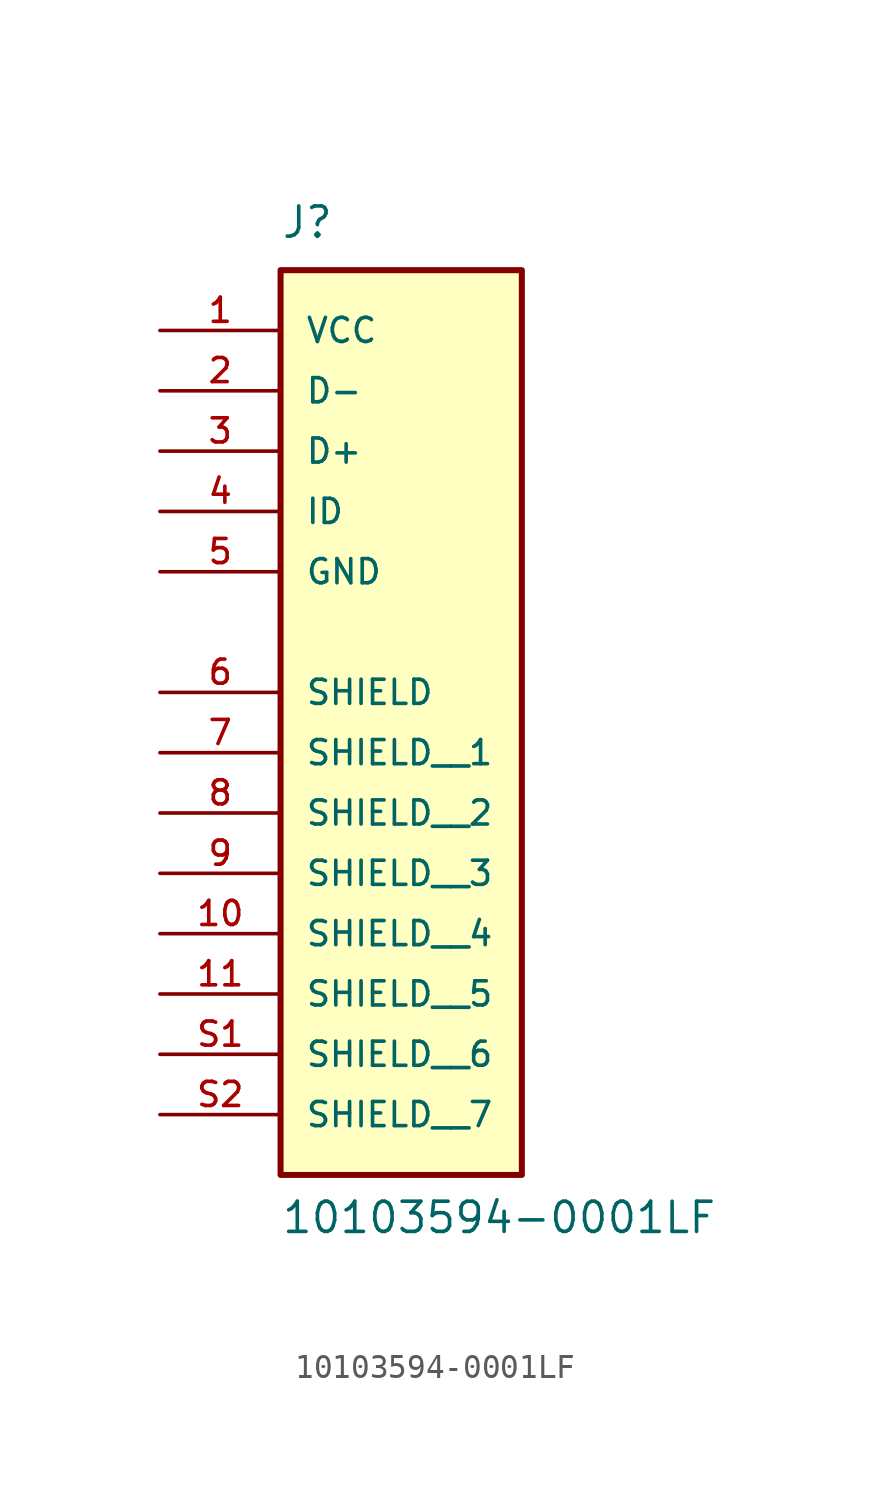
<source format=kicad_sym>
(kicad_symbol_lib
  (version 20211014)
  (generator kicad_symbol_editor)
  (symbol "10103594-0001LF"
    (pin_names
      (offset 1.016))
    (property "Reference" "J"
      (at -5.08 11.43 0)
      (effects (font (size 1.27 1.27)) (justify bottom left)))
    (property "Value" "10103594-0001LF"
      (at -5.08 -30.48 0)
      (effects (font (size 1.27 1.27)) (justify bottom left)))
    (symbol "10103594-0001LF_0_0"
      (rectangle (start -5.08 -27.94) (end 5.08 10.16) (stroke (width 0.254)) (fill (type background)))
      (pin bidirectional line (at -10.16 5.08 0) (length 5.08) (name "D-" (effects (font (size 1.016 1.016)))) (number "2" (effects (font (size 1.016 1.016)))))
      (pin bidirectional line (at -10.16 2.54 0) (length 5.08) (name "D+" (effects (font (size 1.016 1.016)))) (number "3" (effects (font (size 1.016 1.016)))))
      (pin bidirectional line (at -10.16 0.0 0) (length 5.08) (name "ID" (effects (font (size 1.016 1.016)))) (number "4" (effects (font (size 1.016 1.016)))))
      (pin power_in line (at -10.16 7.62 0) (length 5.08) (name "VCC" (effects (font (size 1.016 1.016)))) (number "1" (effects (font (size 1.016 1.016)))))
      (pin power_in line (at -10.16 -2.54 0) (length 5.08) (name "GND" (effects (font (size 1.016 1.016)))) (number "5" (effects (font (size 1.016 1.016)))))
      (pin passive line (at -10.16 -7.62 0) (length 5.08) (name "SHIELD" (effects (font (size 1.016 1.016)))) (number "6" (effects (font (size 1.016 1.016)))))
      (pin passive line (at -10.16 -10.16 0) (length 5.08) (name "SHIELD__1" (effects (font (size 1.016 1.016)))) (number "7" (effects (font (size 1.016 1.016)))))
      (pin passive line (at -10.16 -12.7 0) (length 5.08) (name "SHIELD__2" (effects (font (size 1.016 1.016)))) (number "8" (effects (font (size 1.016 1.016)))))
      (pin passive line (at -10.16 -15.24 0) (length 5.08) (name "SHIELD__3" (effects (font (size 1.016 1.016)))) (number "9" (effects (font (size 1.016 1.016)))))
      (pin passive line (at -10.16 -17.78 0) (length 5.08) (name "SHIELD__4" (effects (font (size 1.016 1.016)))) (number "10" (effects (font (size 1.016 1.016)))))
      (pin passive line (at -10.16 -20.32 0) (length 5.08) (name "SHIELD__5" (effects (font (size 1.016 1.016)))) (number "11" (effects (font (size 1.016 1.016)))))
      (pin passive line (at -10.16 -22.86 0) (length 5.08) (name "SHIELD__6" (effects (font (size 1.016 1.016)))) (number "S1" (effects (font (size 1.016 1.016)))))
      (pin passive line (at -10.16 -25.4 0) (length 5.08) (name "SHIELD__7" (effects (font (size 1.016 1.016)))) (number "S2" (effects (font (size 1.016 1.016))))))))
</source>
